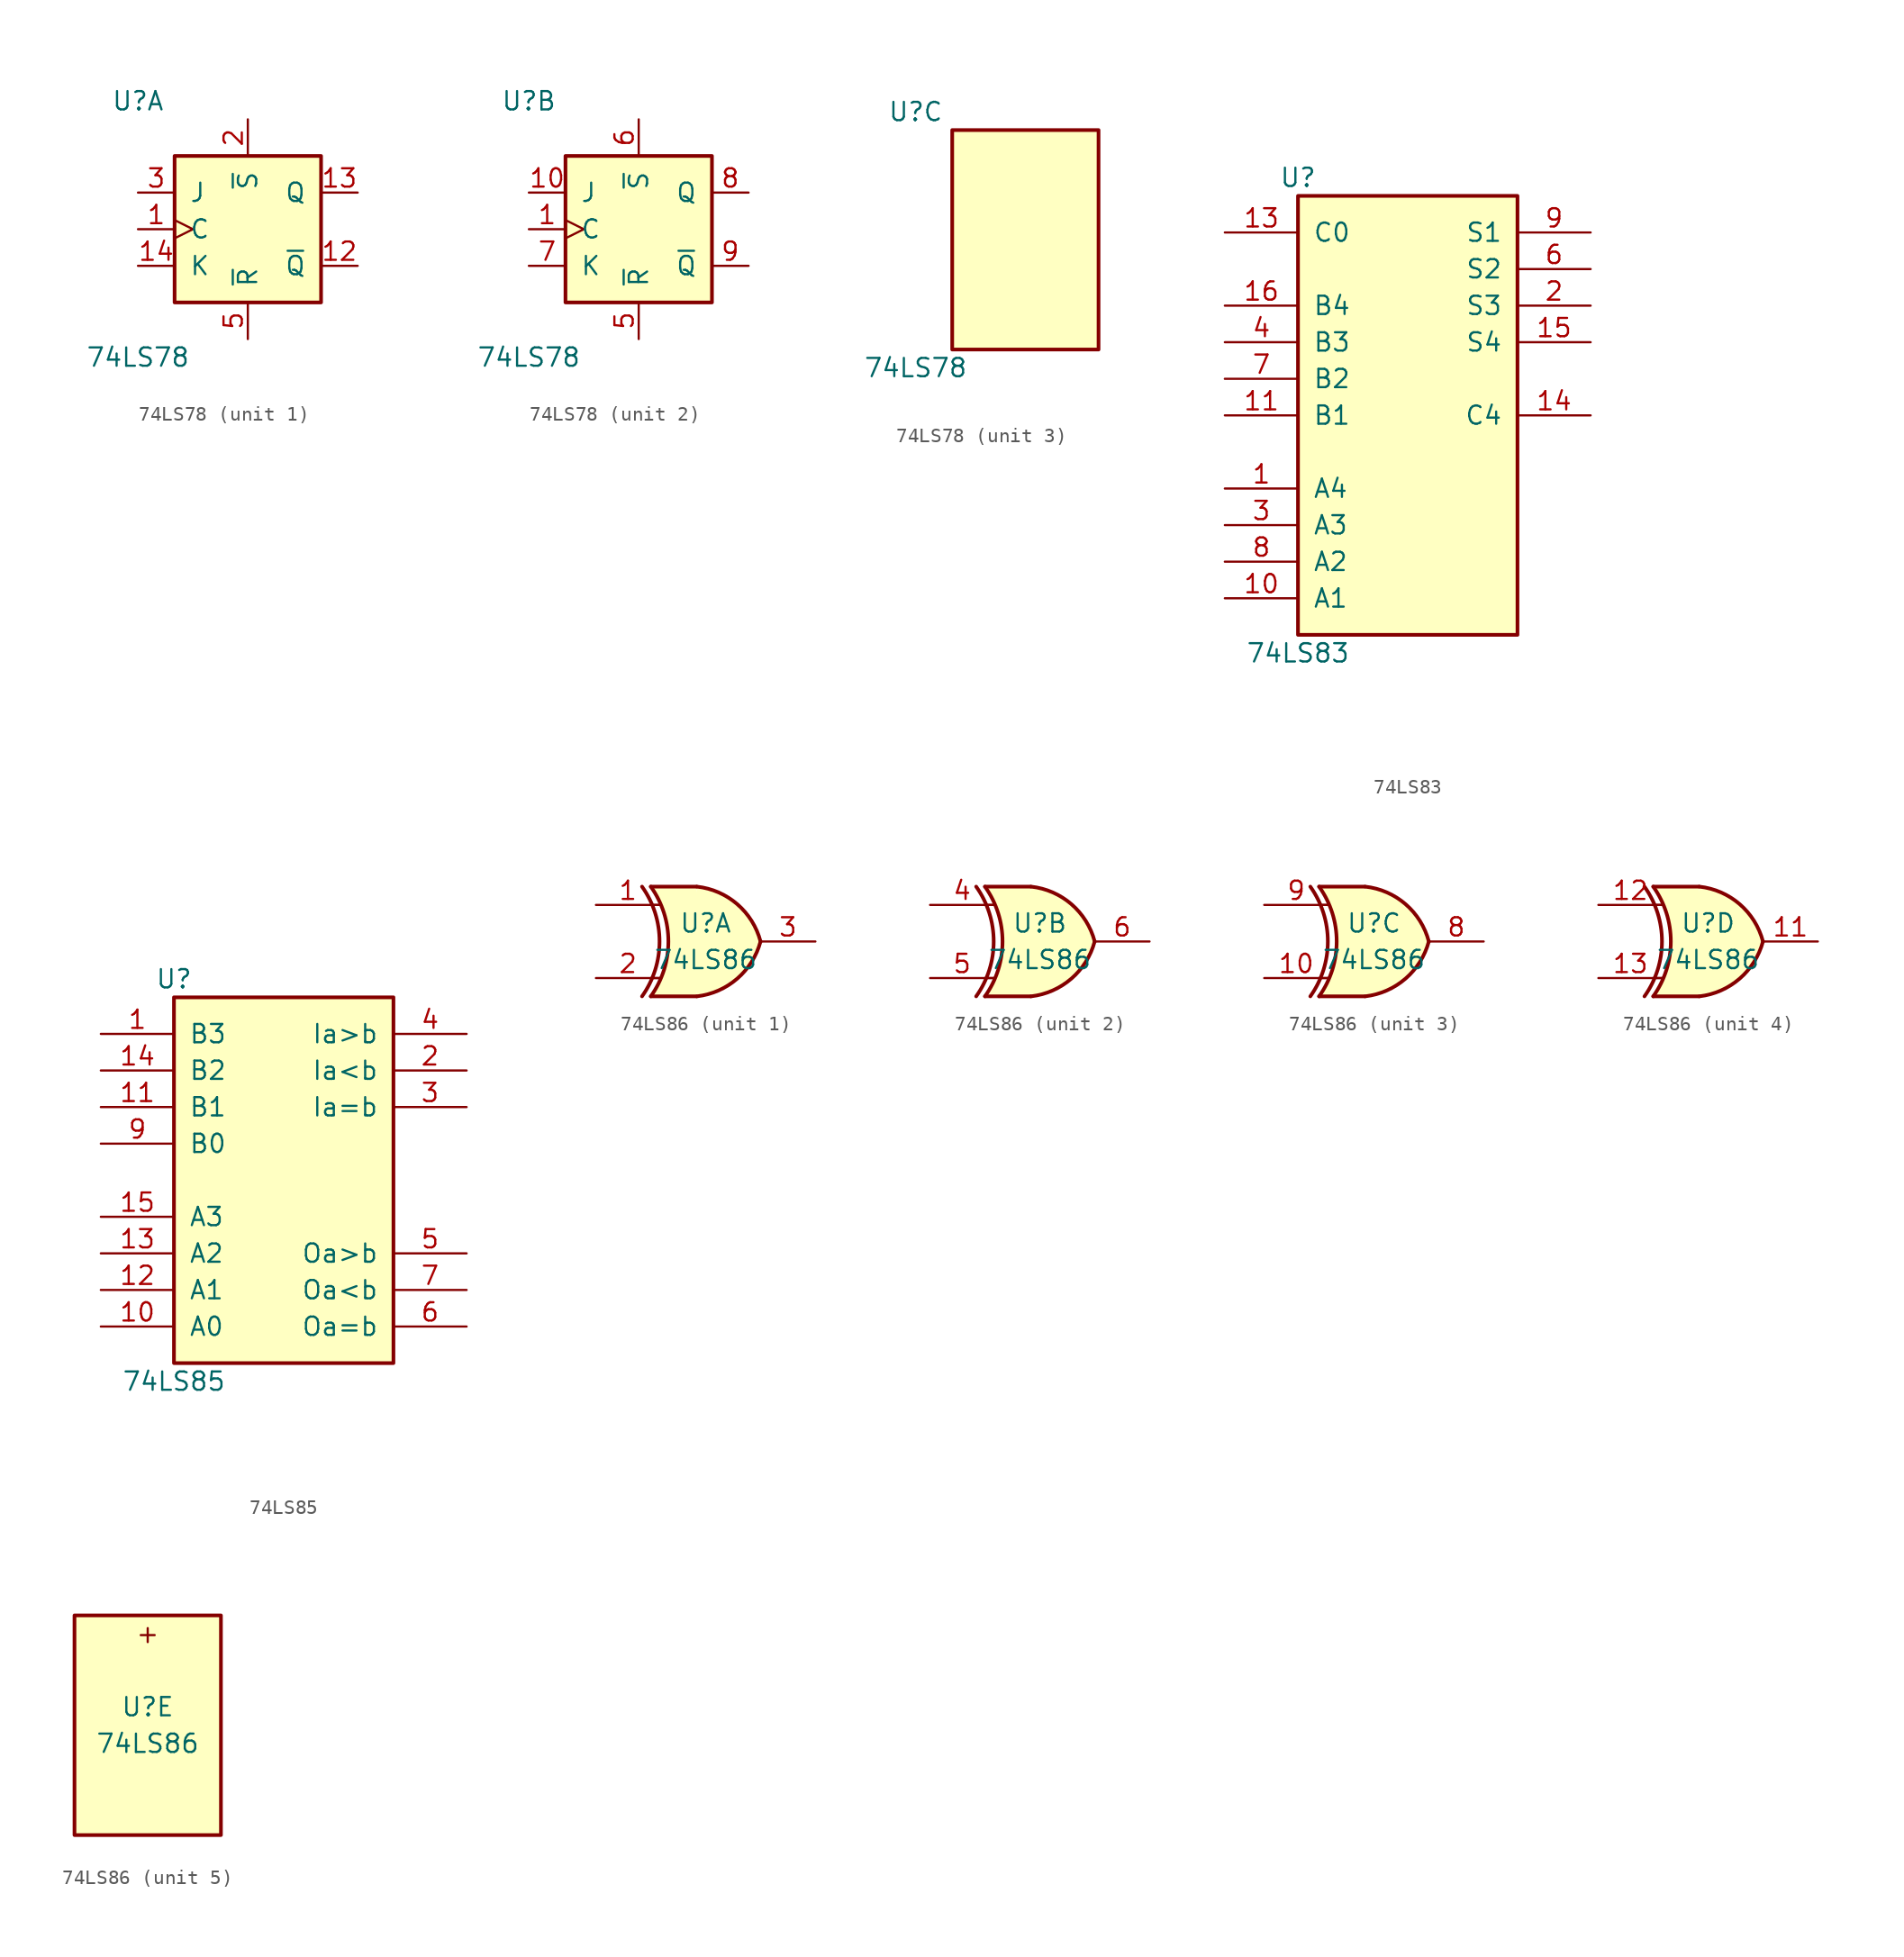
<source format=kicad_sym>
(kicad_symbol_lib
  (version 20231120)
  (generator "kicad_symbol_editor")
  (generator_version "8.0")
  (symbol "74LS78"
    (pin_names
      (offset 1.016))
    (property "Reference" "U"
      (at -7.62 8.89 0)
      (effects (font (size 1.27 1.27))))
    (property "Value" "74LS78"
      (at -7.62 -8.89 0)
      (effects (font (size 1.27 1.27))))
    (property "ki_locked" ""
      (at 0 0 0)
      (effects (font (size 1.27 1.27))))
    (symbol "74LS78_1_0"
      (pin input clock (at -7.62 0 0) (length 2.54) (name "C" (effects (font (size 1.27 1.27)))) (number "1" (effects (font (size 1.27 1.27)))))
      (pin output line (at 7.62 -2.54 180) (length 2.54) (name "~{Q}" (effects (font (size 1.27 1.27)))) (number "12" (effects (font (size 1.27 1.27)))))
      (pin output line (at 7.62 2.54 180) (length 2.54) (name "Q" (effects (font (size 1.27 1.27)))) (number "13" (effects (font (size 1.27 1.27)))))
      (pin input line (at -7.62 -2.54 0) (length 2.54) (name "K" (effects (font (size 1.27 1.27)))) (number "14" (effects (font (size 1.27 1.27)))))
      (pin input line (at 0 7.62 270) (length 2.54) (name "~{S}" (effects (font (size 1.27 1.27)))) (number "2" (effects (font (size 1.27 1.27)))))
      (pin input line (at -7.62 2.54 0) (length 2.54) (name "J" (effects (font (size 1.27 1.27)))) (number "3" (effects (font (size 1.27 1.27)))))
      (pin input line (at 0 -7.62 90) (length 2.54) (name "~{R}" (effects (font (size 1.27 1.27)))) (number "5" (effects (font (size 1.27 1.27))))))
    (symbol "74LS78_1_1"
      (rectangle (start -5.08 5.08) (end 5.08 -5.08) (stroke (width 0.254) (type default)) (fill (type background))))
    (symbol "74LS78_2_0"
      (pin input clock (at -7.62 0 0) (length 2.54) (name "C" (effects (font (size 1.27 1.27)))) (number "1" (effects (font (size 1.27 1.27)))))
      (pin input line (at -7.62 2.54 0) (length 2.54) (name "J" (effects (font (size 1.27 1.27)))) (number "10" (effects (font (size 1.27 1.27)))))
      (pin input line (at 0 -7.62 90) (length 2.54) (name "~{R}" (effects (font (size 1.27 1.27)))) (number "5" (effects (font (size 1.27 1.27)))))
      (pin input line (at 0 7.62 270) (length 2.54) (name "~{S}" (effects (font (size 1.27 1.27)))) (number "6" (effects (font (size 1.27 1.27)))))
      (pin input line (at -7.62 -2.54 0) (length 2.54) (name "K" (effects (font (size 1.27 1.27)))) (number "7" (effects (font (size 1.27 1.27)))))
      (pin output line (at 7.62 2.54 180) (length 2.54) (name "Q" (effects (font (size 1.27 1.27)))) (number "8" (effects (font (size 1.27 1.27)))))
      (pin output line (at 7.62 -2.54 180) (length 2.54) (name "~{Q}" (effects (font (size 1.27 1.27)))) (number "9" (effects (font (size 1.27 1.27))))))
    (symbol "74LS78_2_1"
      (rectangle (start -5.08 5.08) (end 5.08 -5.08) (stroke (width 0.254) (type default)) (fill (type background))))
    (symbol "74LS78_3_0"
      (pin input line (at 0 -10.16 90) (length 2.54) hide (name "GND" (effects (font (size 1.27 1.27)))) (number "11" (effects (font (size 1.27 1.27)))))
      (pin input line (at 0 10.16 270) (length 2.54) hide (name "VCC" (effects (font (size 1.27 1.27)))) (number "4" (effects (font (size 1.27 1.27))))))
    (symbol "74LS78_3_1"
      (rectangle (start -5.08 7.62) (end 5.08 -7.62) (stroke (width 0.254) (type default)) (fill (type background)))))
  (symbol "74LS83"
    (pin_names
      (offset 1.016))
    (property "Reference" "U"
      (at -7.62 16.51 0)
      (effects (font (size 1.27 1.27))))
    (property "Value" "74LS83"
      (at -7.62 -16.51 0)
      (effects (font (size 1.27 1.27))))
    (property "ki_locked" ""
      (at 0 0 0)
      (effects (font (size 1.27 1.27))))
    (symbol "74LS83_1_0"
      (pin input line (at -12.7 -5.08 0) (length 5.08) (name "A4" (effects (font (size 1.27 1.27)))) (number "1" (effects (font (size 1.27 1.27)))))
      (pin input line (at -12.7 -12.7 0) (length 5.08) (name "A1" (effects (font (size 1.27 1.27)))) (number "10" (effects (font (size 1.27 1.27)))))
      (pin input line (at -12.7 0 0) (length 5.08) (name "B1" (effects (font (size 1.27 1.27)))) (number "11" (effects (font (size 1.27 1.27)))))
      (pin input line (at 0 -20.32 90) (length 5.08) hide (name "GND" (effects (font (size 1.27 1.27)))) (number "12" (effects (font (size 1.27 1.27)))))
      (pin input line (at -12.7 12.7 0) (length 5.08) (name "C0" (effects (font (size 1.27 1.27)))) (number "13" (effects (font (size 1.27 1.27)))))
      (pin output line (at 12.7 0 180) (length 5.08) (name "C4" (effects (font (size 1.27 1.27)))) (number "14" (effects (font (size 1.27 1.27)))))
      (pin output line (at 12.7 5.08 180) (length 5.08) (name "S4" (effects (font (size 1.27 1.27)))) (number "15" (effects (font (size 1.27 1.27)))))
      (pin input line (at -12.7 7.62 0) (length 5.08) (name "B4" (effects (font (size 1.27 1.27)))) (number "16" (effects (font (size 1.27 1.27)))))
      (pin output line (at 12.7 7.62 180) (length 5.08) (name "S3" (effects (font (size 1.27 1.27)))) (number "2" (effects (font (size 1.27 1.27)))))
      (pin input line (at -12.7 -7.62 0) (length 5.08) (name "A3" (effects (font (size 1.27 1.27)))) (number "3" (effects (font (size 1.27 1.27)))))
      (pin input line (at -12.7 5.08 0) (length 5.08) (name "B3" (effects (font (size 1.27 1.27)))) (number "4" (effects (font (size 1.27 1.27)))))
      (pin input line (at 0 20.32 270) (length 5.08) hide (name "VCC" (effects (font (size 1.27 1.27)))) (number "5" (effects (font (size 1.27 1.27)))))
      (pin output line (at 12.7 10.16 180) (length 5.08) (name "S2" (effects (font (size 1.27 1.27)))) (number "6" (effects (font (size 1.27 1.27)))))
      (pin input line (at -12.7 2.54 0) (length 5.08) (name "B2" (effects (font (size 1.27 1.27)))) (number "7" (effects (font (size 1.27 1.27)))))
      (pin input line (at -12.7 -10.16 0) (length 5.08) (name "A2" (effects (font (size 1.27 1.27)))) (number "8" (effects (font (size 1.27 1.27)))))
      (pin output line (at 12.7 12.7 180) (length 5.08) (name "S1" (effects (font (size 1.27 1.27)))) (number "9" (effects (font (size 1.27 1.27))))))
    (symbol "74LS83_1_1"
      (rectangle (start -7.62 15.24) (end 7.62 -15.24) (stroke (width 0.254) (type default)) (fill (type background)))))
  (symbol "74LS85"
    (pin_names
      (offset 1.016))
    (property "Reference" "U"
      (at -7.62 13.97 0)
      (effects (font (size 1.27 1.27))))
    (property "Value" "74LS85"
      (at -7.62 -13.97 0)
      (effects (font (size 1.27 1.27))))
    (property "ki_locked" ""
      (at 0 0 0)
      (effects (font (size 1.27 1.27))))
    (symbol "74LS85_1_0"
      (pin input line (at -12.7 10.16 0) (length 5.08) (name "B3" (effects (font (size 1.27 1.27)))) (number "1" (effects (font (size 1.27 1.27)))))
      (pin input line (at -12.7 -10.16 0) (length 5.08) (name "A0" (effects (font (size 1.27 1.27)))) (number "10" (effects (font (size 1.27 1.27)))))
      (pin input line (at -12.7 5.08 0) (length 5.08) (name "B1" (effects (font (size 1.27 1.27)))) (number "11" (effects (font (size 1.27 1.27)))))
      (pin input line (at -12.7 -7.62 0) (length 5.08) (name "A1" (effects (font (size 1.27 1.27)))) (number "12" (effects (font (size 1.27 1.27)))))
      (pin input line (at -12.7 -5.08 0) (length 5.08) (name "A2" (effects (font (size 1.27 1.27)))) (number "13" (effects (font (size 1.27 1.27)))))
      (pin input line (at -12.7 7.62 0) (length 5.08) (name "B2" (effects (font (size 1.27 1.27)))) (number "14" (effects (font (size 1.27 1.27)))))
      (pin input line (at -12.7 -2.54 0) (length 5.08) (name "A3" (effects (font (size 1.27 1.27)))) (number "15" (effects (font (size 1.27 1.27)))))
      (pin input line (at 0 17.78 270) (length 5.08) hide (name "VCC" (effects (font (size 1.27 1.27)))) (number "16" (effects (font (size 1.27 1.27)))))
      (pin input line (at 12.7 7.62 180) (length 5.08) (name "Ia<b" (effects (font (size 1.27 1.27)))) (number "2" (effects (font (size 1.27 1.27)))))
      (pin input line (at 12.7 5.08 180) (length 5.08) (name "Ia=b" (effects (font (size 1.27 1.27)))) (number "3" (effects (font (size 1.27 1.27)))))
      (pin input line (at 12.7 10.16 180) (length 5.08) (name "Ia>b" (effects (font (size 1.27 1.27)))) (number "4" (effects (font (size 1.27 1.27)))))
      (pin output line (at 12.7 -5.08 180) (length 5.08) (name "Oa>b" (effects (font (size 1.27 1.27)))) (number "5" (effects (font (size 1.27 1.27)))))
      (pin output line (at 12.7 -10.16 180) (length 5.08) (name "Oa=b" (effects (font (size 1.27 1.27)))) (number "6" (effects (font (size 1.27 1.27)))))
      (pin output line (at 12.7 -7.62 180) (length 5.08) (name "Oa<b" (effects (font (size 1.27 1.27)))) (number "7" (effects (font (size 1.27 1.27)))))
      (pin input line (at 0 -17.78 90) (length 5.08) hide (name "GND" (effects (font (size 1.27 1.27)))) (number "8" (effects (font (size 1.27 1.27)))))
      (pin input line (at -12.7 2.54 0) (length 5.08) (name "B0" (effects (font (size 1.27 1.27)))) (number "9" (effects (font (size 1.27 1.27))))))
    (symbol "74LS85_1_1"
      (rectangle (start -7.62 12.7) (end 7.62 -12.7) (stroke (width 0.254) (type default)) (fill (type background)))))
  (symbol "74LS86"
    (pin_names
      (offset 1.016))
    (property "Reference" "U"
      (at 0 1.27 0)
      (effects (font (size 1.27 1.27))))
    (property "Value" "74LS86"
      (at 0 -1.27 0)
      (effects (font (size 1.27 1.27))))
    (property "ki_locked" ""
      (at 0 0 0)
      (effects (font (size 1.27 1.27))))
    (symbol "74LS86_1_0"
      (arc (start -4.4196 -3.81) (mid -3.2033 0) (end -4.4196 3.81) (stroke (width 0.254) (type default)) (fill (type none)))
      (arc (start -3.81 -3.81) (mid -2.589 0) (end -3.81 3.81) (stroke (width 0.254) (type default)) (fill (type none)))
      (arc (start -0.6096 -3.81) (mid 2.1842 -2.5851) (end 3.81 0) (stroke (width 0.254) (type default)) (fill (type background)))
      (polyline (pts (xy -3.81 -3.81) (xy -0.635 -3.81)) (stroke (width 0.254) (type default)) (fill (type background)))
      (polyline (pts (xy -3.81 3.81) (xy -0.635 3.81)) (stroke (width 0.254) (type default)) (fill (type background)))
      (polyline (pts (xy -0.635 3.81) (xy -3.81 3.81) (xy -3.81 3.81) (xy -3.556 3.404) (xy -3.023 2.261) (xy -2.692 1.041) (xy -2.616 -0.254) (xy -2.769 -1.499) (xy -3.175 -2.718) (xy -3.81 -3.81) (xy -3.81 -3.81) (xy -0.635 -3.81)) (stroke (width -25.4) (type default)) (fill (type background)))
      (arc (start 3.81 0) (mid 2.1915 2.5936) (end -0.6096 3.81) (stroke (width 0.254) (type default)) (fill (type background)))
      (pin input line (at -7.62 2.54 0) (length 4.445) (name "~" (effects (font (size 1.27 1.27)))) (number "1" (effects (font (size 1.27 1.27)))))
      (pin input line (at -7.62 -2.54 0) (length 4.445) (name "~" (effects (font (size 1.27 1.27)))) (number "2" (effects (font (size 1.27 1.27)))))
      (pin output line (at 7.62 0 180) (length 3.81) (name "~" (effects (font (size 1.27 1.27)))) (number "3" (effects (font (size 1.27 1.27))))))
    (symbol "74LS86_1_1"
      (polyline (pts (xy -3.81 -2.54) (xy -3.175 -2.54)) (stroke (width 0.152) (type default)) (fill (type none)))
      (polyline (pts (xy -3.81 2.54) (xy -3.175 2.54)) (stroke (width 0.152) (type default)) (fill (type none))))
    (symbol "74LS86_2_0"
      (arc (start -4.4196 -3.81) (mid -3.2033 0) (end -4.4196 3.81) (stroke (width 0.254) (type default)) (fill (type none)))
      (arc (start -3.81 -3.81) (mid -2.589 0) (end -3.81 3.81) (stroke (width 0.254) (type default)) (fill (type none)))
      (arc (start -0.6096 -3.81) (mid 2.1842 -2.5851) (end 3.81 0) (stroke (width 0.254) (type default)) (fill (type background)))
      (polyline (pts (xy -3.81 -3.81) (xy -0.635 -3.81)) (stroke (width 0.254) (type default)) (fill (type background)))
      (polyline (pts (xy -3.81 3.81) (xy -0.635 3.81)) (stroke (width 0.254) (type default)) (fill (type background)))
      (polyline (pts (xy -0.635 3.81) (xy -3.81 3.81) (xy -3.81 3.81) (xy -3.556 3.404) (xy -3.023 2.261) (xy -2.692 1.041) (xy -2.616 -0.254) (xy -2.769 -1.499) (xy -3.175 -2.718) (xy -3.81 -3.81) (xy -3.81 -3.81) (xy -0.635 -3.81)) (stroke (width -25.4) (type default)) (fill (type background)))
      (arc (start 3.81 0) (mid 2.1915 2.5936) (end -0.6096 3.81) (stroke (width 0.254) (type default)) (fill (type background)))
      (pin input line (at -7.62 2.54 0) (length 4.445) (name "~" (effects (font (size 1.27 1.27)))) (number "4" (effects (font (size 1.27 1.27)))))
      (pin input line (at -7.62 -2.54 0) (length 4.445) (name "~" (effects (font (size 1.27 1.27)))) (number "5" (effects (font (size 1.27 1.27)))))
      (pin output line (at 7.62 0 180) (length 3.81) (name "~" (effects (font (size 1.27 1.27)))) (number "6" (effects (font (size 1.27 1.27))))))
    (symbol "74LS86_2_1"
      (polyline (pts (xy -3.81 -2.54) (xy -3.175 -2.54)) (stroke (width 0.152) (type default)) (fill (type none)))
      (polyline (pts (xy -3.81 2.54) (xy -3.175 2.54)) (stroke (width 0.152) (type default)) (fill (type none))))
    (symbol "74LS86_3_0"
      (arc (start -4.4196 -3.81) (mid -3.2033 0) (end -4.4196 3.81) (stroke (width 0.254) (type default)) (fill (type none)))
      (arc (start -3.81 -3.81) (mid -2.589 0) (end -3.81 3.81) (stroke (width 0.254) (type default)) (fill (type none)))
      (arc (start -0.6096 -3.81) (mid 2.1842 -2.5851) (end 3.81 0) (stroke (width 0.254) (type default)) (fill (type background)))
      (polyline (pts (xy -3.81 -3.81) (xy -0.635 -3.81)) (stroke (width 0.254) (type default)) (fill (type background)))
      (polyline (pts (xy -3.81 3.81) (xy -0.635 3.81)) (stroke (width 0.254) (type default)) (fill (type background)))
      (polyline (pts (xy -0.635 3.81) (xy -3.81 3.81) (xy -3.81 3.81) (xy -3.556 3.404) (xy -3.023 2.261) (xy -2.692 1.041) (xy -2.616 -0.254) (xy -2.769 -1.499) (xy -3.175 -2.718) (xy -3.81 -3.81) (xy -3.81 -3.81) (xy -0.635 -3.81)) (stroke (width -25.4) (type default)) (fill (type background)))
      (arc (start 3.81 0) (mid 2.1915 2.5936) (end -0.6096 3.81) (stroke (width 0.254) (type default)) (fill (type background)))
      (pin input line (at -7.62 -2.54 0) (length 4.445) (name "~" (effects (font (size 1.27 1.27)))) (number "10" (effects (font (size 1.27 1.27)))))
      (pin output line (at 7.62 0 180) (length 3.81) (name "~" (effects (font (size 1.27 1.27)))) (number "8" (effects (font (size 1.27 1.27)))))
      (pin input line (at -7.62 2.54 0) (length 4.445) (name "~" (effects (font (size 1.27 1.27)))) (number "9" (effects (font (size 1.27 1.27))))))
    (symbol "74LS86_3_1"
      (polyline (pts (xy -3.81 -2.54) (xy -3.175 -2.54)) (stroke (width 0.152) (type default)) (fill (type none)))
      (polyline (pts (xy -3.81 2.54) (xy -3.175 2.54)) (stroke (width 0.152) (type default)) (fill (type none))))
    (symbol "74LS86_4_0"
      (arc (start -4.4196 -3.81) (mid -3.2033 0) (end -4.4196 3.81) (stroke (width 0.254) (type default)) (fill (type none)))
      (arc (start -3.81 -3.81) (mid -2.589 0) (end -3.81 3.81) (stroke (width 0.254) (type default)) (fill (type none)))
      (arc (start -0.6096 -3.81) (mid 2.1842 -2.5851) (end 3.81 0) (stroke (width 0.254) (type default)) (fill (type background)))
      (polyline (pts (xy -3.81 -3.81) (xy -0.635 -3.81)) (stroke (width 0.254) (type default)) (fill (type background)))
      (polyline (pts (xy -3.81 3.81) (xy -0.635 3.81)) (stroke (width 0.254) (type default)) (fill (type background)))
      (polyline (pts (xy -0.635 3.81) (xy -3.81 3.81) (xy -3.81 3.81) (xy -3.556 3.404) (xy -3.023 2.261) (xy -2.692 1.041) (xy -2.616 -0.254) (xy -2.769 -1.499) (xy -3.175 -2.718) (xy -3.81 -3.81) (xy -3.81 -3.81) (xy -0.635 -3.81)) (stroke (width -25.4) (type default)) (fill (type background)))
      (arc (start 3.81 0) (mid 2.1915 2.5936) (end -0.6096 3.81) (stroke (width 0.254) (type default)) (fill (type background)))
      (pin output line (at 7.62 0 180) (length 3.81) (name "~" (effects (font (size 1.27 1.27)))) (number "11" (effects (font (size 1.27 1.27)))))
      (pin input line (at -7.62 2.54 0) (length 4.445) (name "~" (effects (font (size 1.27 1.27)))) (number "12" (effects (font (size 1.27 1.27)))))
      (pin input line (at -7.62 -2.54 0) (length 4.445) (name "~" (effects (font (size 1.27 1.27)))) (number "13" (effects (font (size 1.27 1.27))))))
    (symbol "74LS86_4_1"
      (polyline (pts (xy -3.81 -2.54) (xy -3.175 -2.54)) (stroke (width 0.152) (type default)) (fill (type none)))
      (polyline (pts (xy -3.81 2.54) (xy -3.175 2.54)) (stroke (width 0.152) (type default)) (fill (type none))))
    (symbol "74LS86_5_0"
      (pin power_in line (at 0 7.62 270) (length 5.08) hide (name "VCC" (effects (font (size 1.27 1.27)))) (number "14" (effects (font (size 1.27 1.27)))))
      (pin power_in line (at 0 -7.62 90) (length 5.08) hide (name "GND" (effects (font (size 1.27 1.27)))) (number "7" (effects (font (size 1.27 1.27))))))
    (symbol "74LS86_5_1"
      (rectangle (start -5.08 7.62) (end 5.08 -7.62) (stroke (width 0.254) (type default)) (fill (type background)))
      (text "+" (at 0 6.35 0) (effects (font (size 1.27 1.27)))))))
</source>
